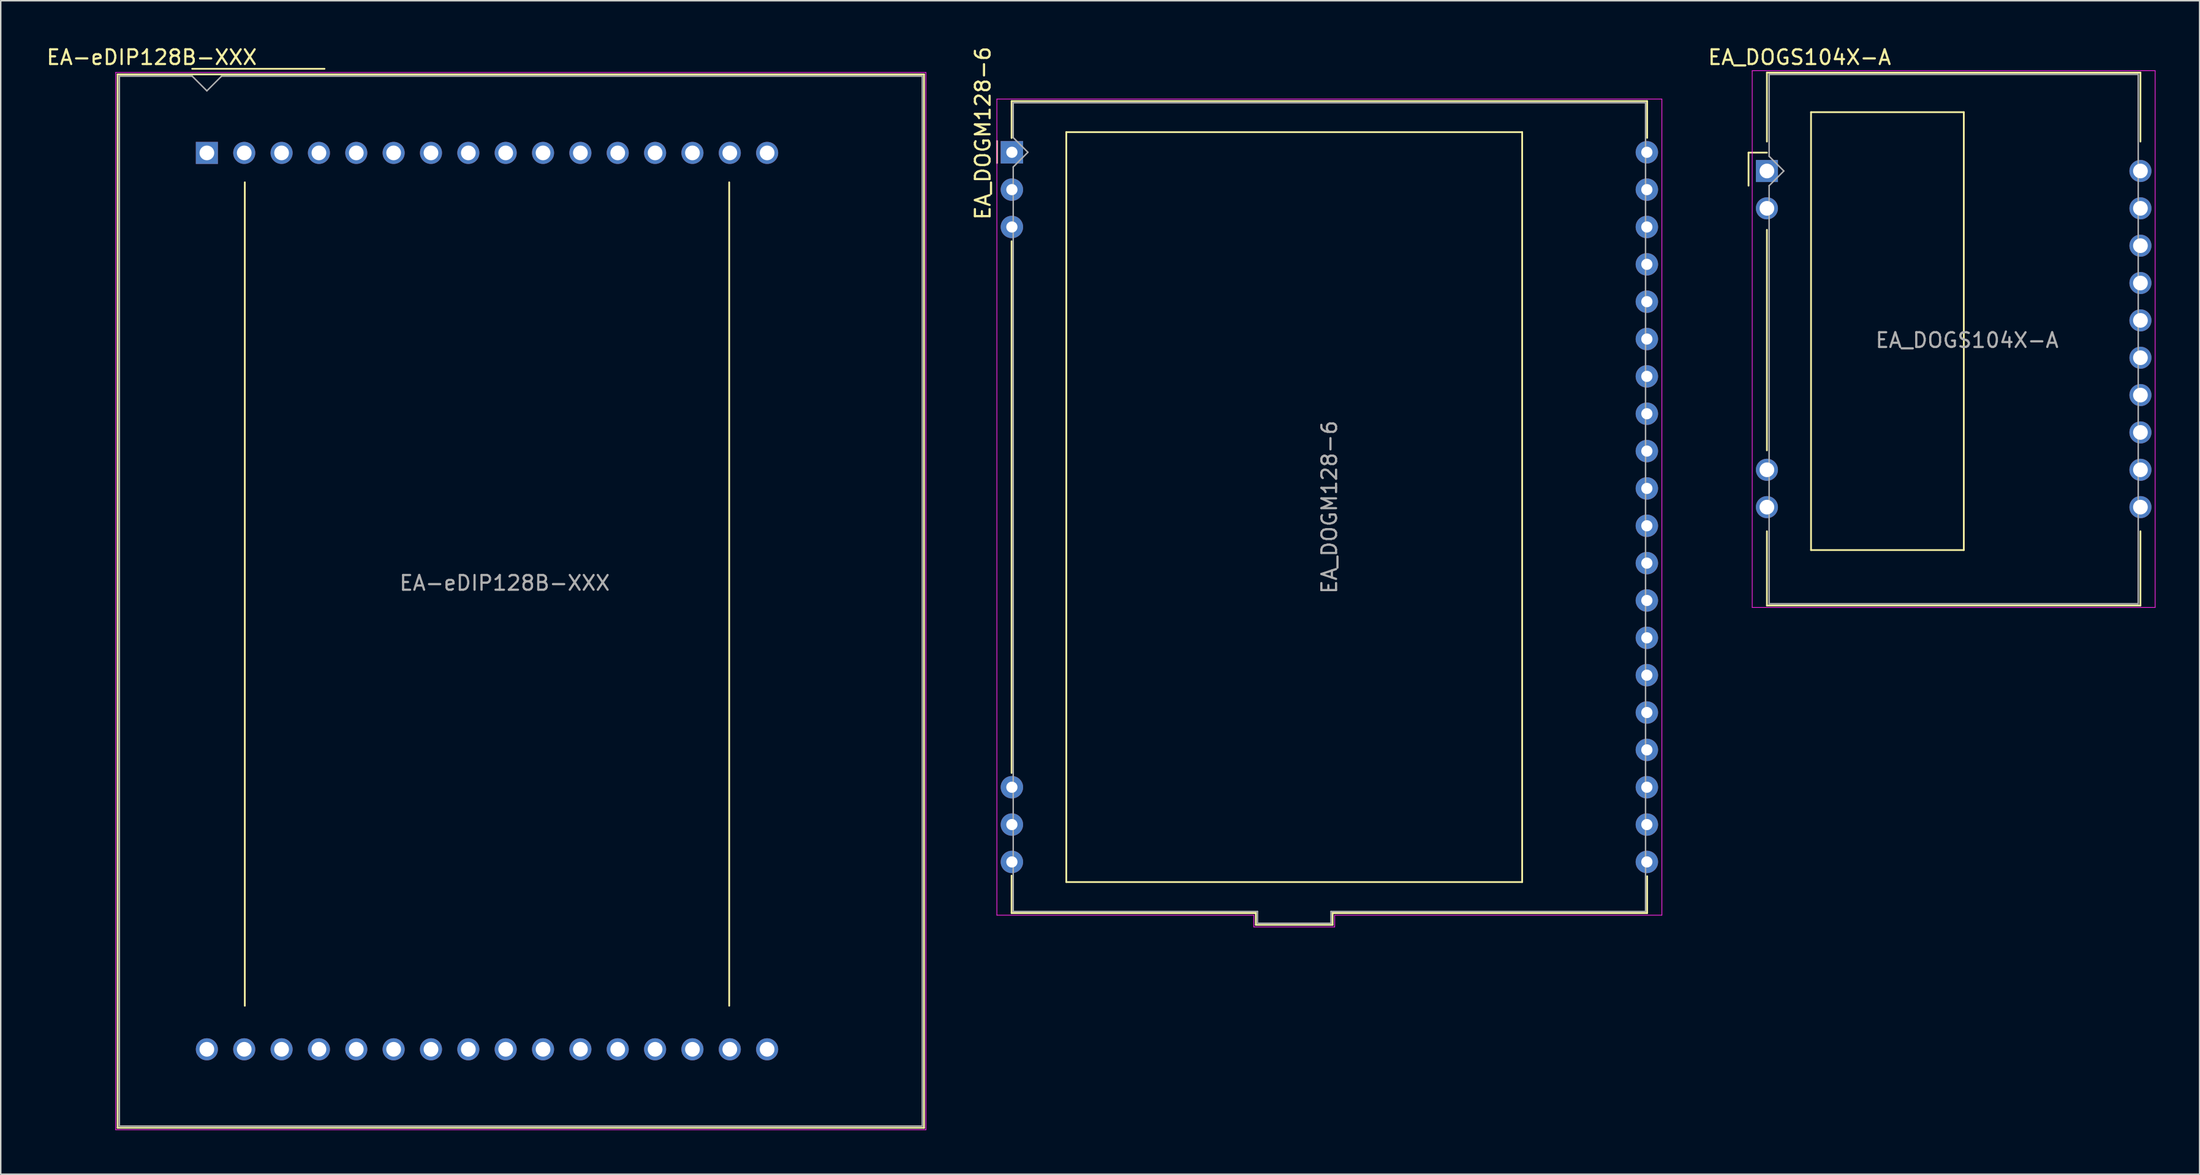
<source format=kicad_pcb>
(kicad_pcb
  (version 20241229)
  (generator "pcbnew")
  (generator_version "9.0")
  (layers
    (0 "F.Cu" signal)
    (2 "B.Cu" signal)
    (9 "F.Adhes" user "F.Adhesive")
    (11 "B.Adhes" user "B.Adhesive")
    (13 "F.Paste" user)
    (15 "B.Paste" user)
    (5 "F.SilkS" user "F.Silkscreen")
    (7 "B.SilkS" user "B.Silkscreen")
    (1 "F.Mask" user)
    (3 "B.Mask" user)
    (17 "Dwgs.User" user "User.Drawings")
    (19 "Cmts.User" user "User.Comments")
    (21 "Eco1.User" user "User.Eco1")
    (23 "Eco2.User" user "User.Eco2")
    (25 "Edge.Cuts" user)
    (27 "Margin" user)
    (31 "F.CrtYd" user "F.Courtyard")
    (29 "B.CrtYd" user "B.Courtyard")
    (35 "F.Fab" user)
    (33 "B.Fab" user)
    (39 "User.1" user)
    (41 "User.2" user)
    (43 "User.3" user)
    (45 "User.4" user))
  (footprint "EA_DOGM128-6"
    (layer "F.Cu")
    (at 65.761 7.306)
    (property "Reference" "EA_DOGM128-6" (at -1.97 -1.3 270) (layer "F.SilkS") (effects (font (size 1 1) (thickness 0.15))))
    (attr through_hole)
    (fp_line (start -1.01 -0.77) (end -1.01 0.73) (stroke (width 0.12) (type solid)) (layer "F.SilkS"))
    (fp_line (start -0.02 -3.48) (end 43.2 -3.48) (stroke (width 0.12) (type solid)) (layer "F.SilkS"))
    (fp_line (start -0.02 -0.97) (end -0.02 -3.48) (stroke (width 0.12) (type solid)) (layer "F.SilkS"))
    (fp_line (start -0.02 6.05) (end -0.02 42.21) (stroke (width 0.12) (type solid)) (layer "F.SilkS"))
    (fp_line (start -0.02 51.74) (end -0.02 49.19) (stroke (width 0.12) (type solid)) (layer "F.SilkS"))
    (fp_line (start 3.7 -1.37) (end 3.7 49.63) (stroke (width 0.12) (type solid)) (layer "F.SilkS"))
    (fp_line (start 3.7 49.63) (end 34.7 49.63) (stroke (width 0.12) (type solid)) (layer "F.SilkS"))
    (fp_line (start 16.59 51.74) (end -0.02 51.74) (stroke (width 0.12) (type solid)) (layer "F.SilkS"))
    (fp_line (start 16.59 52.54) (end 16.59 51.74) (stroke (width 0.12) (type solid)) (layer "F.SilkS"))
    (fp_line (start 21.81 51.74) (end 21.81 52.54) (stroke (width 0.12) (type solid)) (layer "F.SilkS"))
    (fp_line (start 21.81 52.54) (end 16.59 52.54) (stroke (width 0.12) (type solid)) (layer "F.SilkS"))
    (fp_line (start 34.7 -1.37) (end 3.7 -1.37) (stroke (width 0.12) (type solid)) (layer "F.SilkS"))
    (fp_line (start 34.7 49.63) (end 34.7 -1.37) (stroke (width 0.12) (type solid)) (layer "F.SilkS"))
    (fp_line (start 43.2 -3.48) (end 43.2 -0.98) (stroke (width 0.12) (type solid)) (layer "F.SilkS"))
    (fp_line (start 43.2 49.23) (end 43.2 51.74) (stroke (width 0.12) (type solid)) (layer "F.SilkS"))
    (fp_line (start 43.2 51.74) (end 21.81 51.74) (stroke (width 0.12) (type solid)) (layer "F.SilkS"))
    (fp_line (start -1.02 -3.62) (end 44.2 -3.62) (stroke (width 0.05) (type solid)) (layer "F.CrtYd"))
    (fp_line (start -1.02 51.88) (end -1.02 -3.62) (stroke (width 0.05) (type solid)) (layer "F.CrtYd"))
    (fp_line (start -1.02 51.88) (end 16.45 51.88) (stroke (width 0.05) (type solid)) (layer "F.CrtYd"))
    (fp_line (start 16.45 51.88) (end 16.45 52.68) (stroke (width 0.05) (type solid)) (layer "F.CrtYd"))
    (fp_line (start 16.45 52.68) (end 21.95 52.68) (stroke (width 0.05) (type solid)) (layer "F.CrtYd"))
    (fp_line (start 21.95 51.88) (end 44.2 51.88) (stroke (width 0.05) (type solid)) (layer "F.CrtYd"))
    (fp_line (start 21.95 52.68) (end 21.95 51.88) (stroke (width 0.05) (type solid)) (layer "F.CrtYd"))
    (fp_line (start 44.2 -3.62) (end 44.2 51.88) (stroke (width 0.05) (type solid)) (layer "F.CrtYd"))
    (fp_line (start 0.09 -1) (end 0.09 -3.37) (stroke (width 0.1) (type solid)) (layer "F.Fab"))
    (fp_line (start 0.09 -1) (end 1.09 0) (stroke (width 0.1) (type solid)) (layer "F.Fab"))
    (fp_line (start 0.09 1) (end 0.09 51.63) (stroke (width 0.1) (type solid)) (layer "F.Fab"))
    (fp_line (start 0.09 51.63) (end 16.7 51.63) (stroke (width 0.1) (type solid)) (layer "F.Fab"))
    (fp_line (start 1.09 0) (end 0.09 1) (stroke (width 0.1) (type solid)) (layer "F.Fab"))
    (fp_line (start 16.7 51.63) (end 16.7 52.43) (stroke (width 0.1) (type solid)) (layer "F.Fab"))
    (fp_line (start 16.7 52.43) (end 21.7 52.43) (stroke (width 0.1) (type solid)) (layer "F.Fab"))
    (fp_line (start 21.7 51.63) (end 43.09 51.63) (stroke (width 0.1) (type solid)) (layer "F.Fab"))
    (fp_line (start 21.7 52.43) (end 21.7 51.63) (stroke (width 0.1) (type solid)) (layer "F.Fab"))
    (fp_line (start 43.09 -3.37) (end 0.09 -3.37) (stroke (width 0.1) (type solid)) (layer "F.Fab"))
    (fp_line (start 43.09 51.63) (end 43.09 -3.37) (stroke (width 0.1) (type solid)) (layer "F.Fab"))
    (fp_text user "${REFERENCE}" (at 21.59 24.13 270) (layer "F.Fab") (effects (font (size 1 1) (thickness 0.15))))
    (pad "1" thru_hole rect (at 0 0 270) (size 1.524 1.524) (drill 0.762) (layers "*.Cu" "*.Mask"))
    (pad "2" thru_hole circle (at 0 2.54 270) (size 1.524 1.524) (drill 0.762) (layers "*.Cu" "*.Mask"))
    (pad "3" thru_hole circle (at 0 5.08 270) (size 1.524 1.524) (drill 0.762) (layers "*.Cu" "*.Mask"))
    (pad "18" thru_hole circle (at 0 43.18 270) (size 1.524 1.524) (drill 0.762) (layers "*.Cu" "*.Mask"))
    (pad "19" thru_hole circle (at 0 45.72 270) (size 1.524 1.524) (drill 0.762) (layers "*.Cu" "*.Mask"))
    (pad "20" thru_hole circle (at 0 48.26 270) (size 1.524 1.524) (drill 0.762) (layers "*.Cu" "*.Mask"))
    (pad "21" thru_hole circle (at 43.18 48.26 270) (size 1.524 1.524) (drill 0.762) (layers "*.Cu" "*.Mask"))
    (pad "22" thru_hole circle (at 43.18 45.72 270) (size 1.524 1.524) (drill 0.762) (layers "*.Cu" "*.Mask"))
    (pad "23" thru_hole circle (at 43.18 43.18 270) (size 1.524 1.524) (drill 0.762) (layers "*.Cu" "*.Mask"))
    (pad "24" thru_hole circle (at 43.18 40.64 270) (size 1.524 1.524) (drill 0.762) (layers "*.Cu" "*.Mask"))
    (pad "25" thru_hole circle (at 43.18 38.1 270) (size 1.524 1.524) (drill 0.762) (layers "*.Cu" "*.Mask"))
    (pad "26" thru_hole circle (at 43.18 35.56 270) (size 1.524 1.524) (drill 0.762) (layers "*.Cu" "*.Mask"))
    (pad "27" thru_hole circle (at 43.18 33.02 270) (size 1.524 1.524) (drill 0.762) (layers "*.Cu" "*.Mask"))
    (pad "28" thru_hole circle (at 43.18 30.48 270) (size 1.524 1.524) (drill 0.762) (layers "*.Cu" "*.Mask"))
    (pad "29" thru_hole circle (at 43.18 27.94 270) (size 1.524 1.524) (drill 0.762) (layers "*.Cu" "*.Mask"))
    (pad "30" thru_hole circle (at 43.18 25.4 270) (size 1.524 1.524) (drill 0.762) (layers "*.Cu" "*.Mask"))
    (pad "31" thru_hole circle (at 43.18 22.86 270) (size 1.524 1.524) (drill 0.762) (layers "*.Cu" "*.Mask"))
    (pad "32" thru_hole circle (at 43.18 20.32 270) (size 1.524 1.524) (drill 0.762) (layers "*.Cu" "*.Mask"))
    (pad "33" thru_hole circle (at 43.18 17.78 270) (size 1.524 1.524) (drill 0.762) (layers "*.Cu" "*.Mask"))
    (pad "34" thru_hole circle (at 43.18 15.24 270) (size 1.524 1.524) (drill 0.762) (layers "*.Cu" "*.Mask"))
    (pad "35" thru_hole circle (at 43.18 12.7 270) (size 1.524 1.524) (drill 0.762) (layers "*.Cu" "*.Mask"))
    (pad "36" thru_hole circle (at 43.18 10.16 270) (size 1.524 1.524) (drill 0.762) (layers "*.Cu" "*.Mask"))
    (pad "37" thru_hole circle (at 43.18 7.62 270) (size 1.524 1.524) (drill 0.762) (layers "*.Cu" "*.Mask"))
    (pad "38" thru_hole circle (at 43.18 5.08 270) (size 1.524 1.524) (drill 0.762) (layers "*.Cu" "*.Mask"))
    (pad "39" thru_hole circle (at 43.18 2.54 270) (size 1.524 1.524) (drill 0.762) (layers "*.Cu" "*.Mask"))
    (pad "40" thru_hole circle (at 43.18 0 270) (size 1.524 1.524) (drill 0.762) (layers "*.Cu" "*.Mask")))
  (footprint "EA_DOGS104X-A"
    (layer "F.Cu")
    (at 117.105 8.578)
    (property "Reference" "EA_DOGS104X-A" (at 2.22 -7.73 0) (layer "F.SilkS") (effects (font (size 1 1) (thickness 0.15))))
    (attr through_hole)
    (fp_line (start -1.25 -1.25) (end -1.25 1) (stroke (width 0.12) (type solid)) (layer "F.SilkS"))
    (fp_line (start -1.25 -1.25) (end 0 -1.25) (stroke (width 0.12) (type solid)) (layer "F.SilkS"))
    (fp_line (start 0 -6.69) (end 25.4 -6.69) (stroke (width 0.12) (type solid)) (layer "F.SilkS"))
    (fp_line (start 0 -2) (end 0 -6.69) (stroke (width 0.12) (type solid)) (layer "F.SilkS"))
    (fp_line (start 0 4) (end 0 19) (stroke (width 0.12) (type solid)) (layer "F.SilkS"))
    (fp_line (start 0 24.5) (end 0 29.55) (stroke (width 0.12) (type solid)) (layer "F.SilkS"))
    (fp_line (start 3 -4) (end 3 25.78) (stroke (width 0.12) (type solid)) (layer "F.SilkS"))
    (fp_line (start 3 25.78) (end 13.39 25.78) (stroke (width 0.12) (type solid)) (layer "F.SilkS"))
    (fp_line (start 13.39 -4) (end 3 -4) (stroke (width 0.12) (type solid)) (layer "F.SilkS"))
    (fp_line (start 13.39 25.78) (end 13.39 -4) (stroke (width 0.12) (type solid)) (layer "F.SilkS"))
    (fp_line (start 25.4 -6.69) (end 25.4 -2) (stroke (width 0.12) (type solid)) (layer "F.SilkS"))
    (fp_line (start 25.4 24.5) (end 25.4 29.55) (stroke (width 0.12) (type solid)) (layer "F.SilkS"))
    (fp_line (start 25.4 29.55) (end 0 29.55) (stroke (width 0.12) (type solid)) (layer "F.SilkS"))
    (fp_line (start -1 -6.82) (end 26.4 -6.82) (stroke (width 0.05) (type solid)) (layer "F.CrtYd"))
    (fp_line (start -1 29.68) (end -1 -6.82) (stroke (width 0.05) (type solid)) (layer "F.CrtYd"))
    (fp_line (start 26.4 -6.82) (end 26.4 29.68) (stroke (width 0.05) (type solid)) (layer "F.CrtYd"))
    (fp_line (start 26.4 29.68) (end -1 29.68) (stroke (width 0.05) (type solid)) (layer "F.CrtYd"))
    (fp_line (start 0.15 -6.57) (end 25.25 -6.57) (stroke (width 0.1) (type solid)) (layer "F.Fab"))
    (fp_line (start 0.15 -1) (end 0.15 -6.57) (stroke (width 0.1) (type solid)) (layer "F.Fab"))
    (fp_line (start 0.15 -1) (end 1.15 0) (stroke (width 0.1) (type solid)) (layer "F.Fab"))
    (fp_line (start 0.15 1) (end 0.15 29.43) (stroke (width 0.1) (type solid)) (layer "F.Fab"))
    (fp_line (start 1.15 0) (end 0.15 1) (stroke (width 0.1) (type solid)) (layer "F.Fab"))
    (fp_line (start 25.25 -6.57) (end 25.25 29.43) (stroke (width 0.1) (type solid)) (layer "F.Fab"))
    (fp_line (start 25.25 29.43) (end 0.15 29.43) (stroke (width 0.1) (type solid)) (layer "F.Fab"))
    (fp_text user "${REFERENCE}" (at 13.61 11.51 0) (layer "F.Fab") (effects (font (size 1 1) (thickness 0.15))))
    (pad "1" thru_hole rect (at 0 0) (size 1.5 1.5) (drill 1) (layers "*.Cu" "*.Mask"))
    (pad "2" thru_hole circle (at 0 2.54) (size 1.5 1.5) (drill 1) (layers "*.Cu" "*.Mask"))
    (pad "9" thru_hole circle (at 0 20.32) (size 1.5 1.5) (drill 1) (layers "*.Cu" "*.Mask"))
    (pad "10" thru_hole circle (at 0 22.86) (size 1.5 1.5) (drill 1) (layers "*.Cu" "*.Mask"))
    (pad "11" thru_hole circle (at 25.4 22.86) (size 1.5 1.5) (drill 1) (layers "*.Cu" "*.Mask"))
    (pad "12" thru_hole circle (at 25.4 20.32) (size 1.5 1.5) (drill 1) (layers "*.Cu" "*.Mask"))
    (pad "13" thru_hole circle (at 25.4 17.78) (size 1.5 1.5) (drill 1) (layers "*.Cu" "*.Mask"))
    (pad "14" thru_hole circle (at 25.4 15.24) (size 1.5 1.5) (drill 1) (layers "*.Cu" "*.Mask"))
    (pad "15" thru_hole circle (at 25.4 12.7) (size 1.5 1.5) (drill 1) (layers "*.Cu" "*.Mask"))
    (pad "16" thru_hole circle (at 25.4 10.16) (size 1.5 1.5) (drill 1) (layers "*.Cu" "*.Mask"))
    (pad "17" thru_hole circle (at 25.4 7.62) (size 1.5 1.5) (drill 1) (layers "*.Cu" "*.Mask"))
    (pad "18" thru_hole circle (at 25.4 5.08) (size 1.5 1.5) (drill 1) (layers "*.Cu" "*.Mask"))
    (pad "19" thru_hole circle (at 25.4 2.54) (size 1.5 1.5) (drill 1) (layers "*.Cu" "*.Mask"))
    (pad "20" thru_hole circle (at 25.4 0) (size 1.5 1.5) (drill 1) (layers "*.Cu" "*.Mask")))
  (footprint "EA-eDIP128B-XXX"
    (layer "F.Cu")
    (at 11.018 7.348)
    (property "Reference" "EA-eDIP128B-XXX" (at -3.75 -6.5 0) (layer "F.SilkS") (effects (font (size 1 1) (thickness 0.15))))
    (attr through_hole)
    (fp_line (start -6.07 -5.34) (end 48.77 -5.34) (stroke (width 0.12) (type solid)) (layer "F.SilkS"))
    (fp_line (start -6.07 66.3) (end -6.07 -5.34) (stroke (width 0.12) (type solid)) (layer "F.SilkS"))
    (fp_line (start -1 -5.72) (end 8 -5.72) (stroke (width 0.12) (type solid)) (layer "F.SilkS"))
    (fp_line (start 2.58 58) (end 2.58 2) (stroke (width 0.12) (type solid)) (layer "F.SilkS"))
    (fp_line (start 35.52 2) (end 35.52 58) (stroke (width 0.12) (type solid)) (layer "F.SilkS"))
    (fp_line (start 48.77 -5.34) (end 48.77 66.3) (stroke (width 0.12) (type solid)) (layer "F.SilkS"))
    (fp_line (start 48.77 66.3) (end -6.07 66.3) (stroke (width 0.12) (type solid)) (layer "F.SilkS"))
    (fp_line (start -6.2 -5.47) (end 48.9 -5.47) (stroke (width 0.05) (type solid)) (layer "F.CrtYd"))
    (fp_line (start -6.2 66.43) (end -6.2 -5.47) (stroke (width 0.05) (type solid)) (layer "F.CrtYd"))
    (fp_line (start 48.9 -5.47) (end 48.9 66.43) (stroke (width 0.05) (type solid)) (layer "F.CrtYd"))
    (fp_line (start 48.9 66.43) (end -6.2 66.43) (stroke (width 0.05) (type solid)) (layer "F.CrtYd"))
    (fp_line (start -5.95 -5.22) (end -1 -5.22) (stroke (width 0.1) (type solid)) (layer "F.Fab"))
    (fp_line (start -5.95 66.18) (end -5.95 -5.22) (stroke (width 0.1) (type solid)) (layer "F.Fab"))
    (fp_line (start -1 -5.22) (end 0 -4.22) (stroke (width 0.1) (type solid)) (layer "F.Fab"))
    (fp_line (start 0 -4.22) (end 1 -5.22) (stroke (width 0.1) (type solid)) (layer "F.Fab"))
    (fp_line (start 1 -5.22) (end 48.65 -5.22) (stroke (width 0.1) (type solid)) (layer "F.Fab"))
    (fp_line (start 48.65 -5.22) (end 48.65 66.18) (stroke (width 0.1) (type solid)) (layer "F.Fab"))
    (fp_line (start 48.65 66.18) (end -5.95 66.18) (stroke (width 0.1) (type solid)) (layer "F.Fab"))
    (fp_text user "${REFERENCE}" (at 20.25 29.25 0) (layer "F.Fab") (effects (font (size 1 1) (thickness 0.15))))
    (pad "1" thru_hole rect (at 0 0) (size 1.5 1.5) (drill 1) (layers "*.Cu" "*.Mask"))
    (pad "2" thru_hole circle (at 2.54 0) (size 1.5 1.5) (drill 1) (layers "*.Cu" "*.Mask"))
    (pad "3" thru_hole circle (at 5.08 0) (size 1.5 1.5) (drill 1) (layers "*.Cu" "*.Mask"))
    (pad "4" thru_hole circle (at 7.62 0) (size 1.5 1.5) (drill 1) (layers "*.Cu" "*.Mask"))
    (pad "5" thru_hole circle (at 10.16 0) (size 1.5 1.5) (drill 1) (layers "*.Cu" "*.Mask"))
    (pad "6" thru_hole circle (at 12.7 0) (size 1.5 1.5) (drill 1) (layers "*.Cu" "*.Mask"))
    (pad "7" thru_hole circle (at 15.24 0) (size 1.5 1.5) (drill 1) (layers "*.Cu" "*.Mask"))
    (pad "8" thru_hole circle (at 17.78 0) (size 1.5 1.5) (drill 1) (layers "*.Cu" "*.Mask"))
    (pad "9" thru_hole circle (at 20.32 0) (size 1.5 1.5) (drill 1) (layers "*.Cu" "*.Mask"))
    (pad "10" thru_hole circle (at 22.86 0) (size 1.5 1.5) (drill 1) (layers "*.Cu" "*.Mask"))
    (pad "11" thru_hole circle (at 25.4 0) (size 1.5 1.5) (drill 1) (layers "*.Cu" "*.Mask"))
    (pad "12" thru_hole circle (at 27.94 0) (size 1.5 1.5) (drill 1) (layers "*.Cu" "*.Mask"))
    (pad "13" thru_hole circle (at 30.48 0) (size 1.5 1.5) (drill 1) (layers "*.Cu" "*.Mask"))
    (pad "14" thru_hole circle (at 33.02 0) (size 1.5 1.5) (drill 1) (layers "*.Cu" "*.Mask"))
    (pad "15" thru_hole circle (at 35.56 0) (size 1.5 1.5) (drill 1) (layers "*.Cu" "*.Mask"))
    (pad "16" thru_hole circle (at 38.1 0) (size 1.5 1.5) (drill 1) (layers "*.Cu" "*.Mask"))
    (pad "17" thru_hole circle (at 38.1 60.96) (size 1.5 1.5) (drill 1) (layers "*.Cu" "*.Mask"))
    (pad "18" thru_hole circle (at 35.56 60.96) (size 1.5 1.5) (drill 1) (layers "*.Cu" "*.Mask"))
    (pad "19" thru_hole circle (at 33.02 60.96) (size 1.5 1.5) (drill 1) (layers "*.Cu" "*.Mask"))
    (pad "20" thru_hole circle (at 30.48 60.96) (size 1.5 1.5) (drill 1) (layers "*.Cu" "*.Mask"))
    (pad "21" thru_hole circle (at 27.94 60.96) (size 1.5 1.5) (drill 1) (layers "*.Cu" "*.Mask"))
    (pad "22" thru_hole circle (at 25.4 60.96) (size 1.5 1.5) (drill 1) (layers "*.Cu" "*.Mask"))
    (pad "23" thru_hole circle (at 22.86 60.96) (size 1.5 1.5) (drill 1) (layers "*.Cu" "*.Mask"))
    (pad "24" thru_hole circle (at 20.32 60.96) (size 1.5 1.5) (drill 1) (layers "*.Cu" "*.Mask"))
    (pad "25" thru_hole circle (at 17.78 60.96) (size 1.5 1.5) (drill 1) (layers "*.Cu" "*.Mask"))
    (pad "26" thru_hole circle (at 15.24 60.96) (size 1.5 1.5) (drill 1) (layers "*.Cu" "*.Mask"))
    (pad "27" thru_hole circle (at 12.7 60.96) (size 1.5 1.5) (drill 1) (layers "*.Cu" "*.Mask"))
    (pad "28" thru_hole circle (at 10.16 60.96) (size 1.5 1.5) (drill 1) (layers "*.Cu" "*.Mask"))
    (pad "29" thru_hole circle (at 7.62 60.96) (size 1.5 1.5) (drill 1) (layers "*.Cu" "*.Mask"))
    (pad "30" thru_hole circle (at 5.08 60.96) (size 1.5 1.5) (drill 1) (layers "*.Cu" "*.Mask"))
    (pad "31" thru_hole circle (at 2.54 60.96) (size 1.5 1.5) (drill 1) (layers "*.Cu" "*.Mask"))
    (pad "32" thru_hole circle (at 0 60.96) (size 1.5 1.5) (drill 1) (layers "*.Cu" "*.Mask")))
  (gr_rect
    (start -3 -3)
    (end 146.53 76.803)
    (stroke (width 0.1) (type default))
    (fill no)
    (layer "Edge.Cuts")))
</source>
